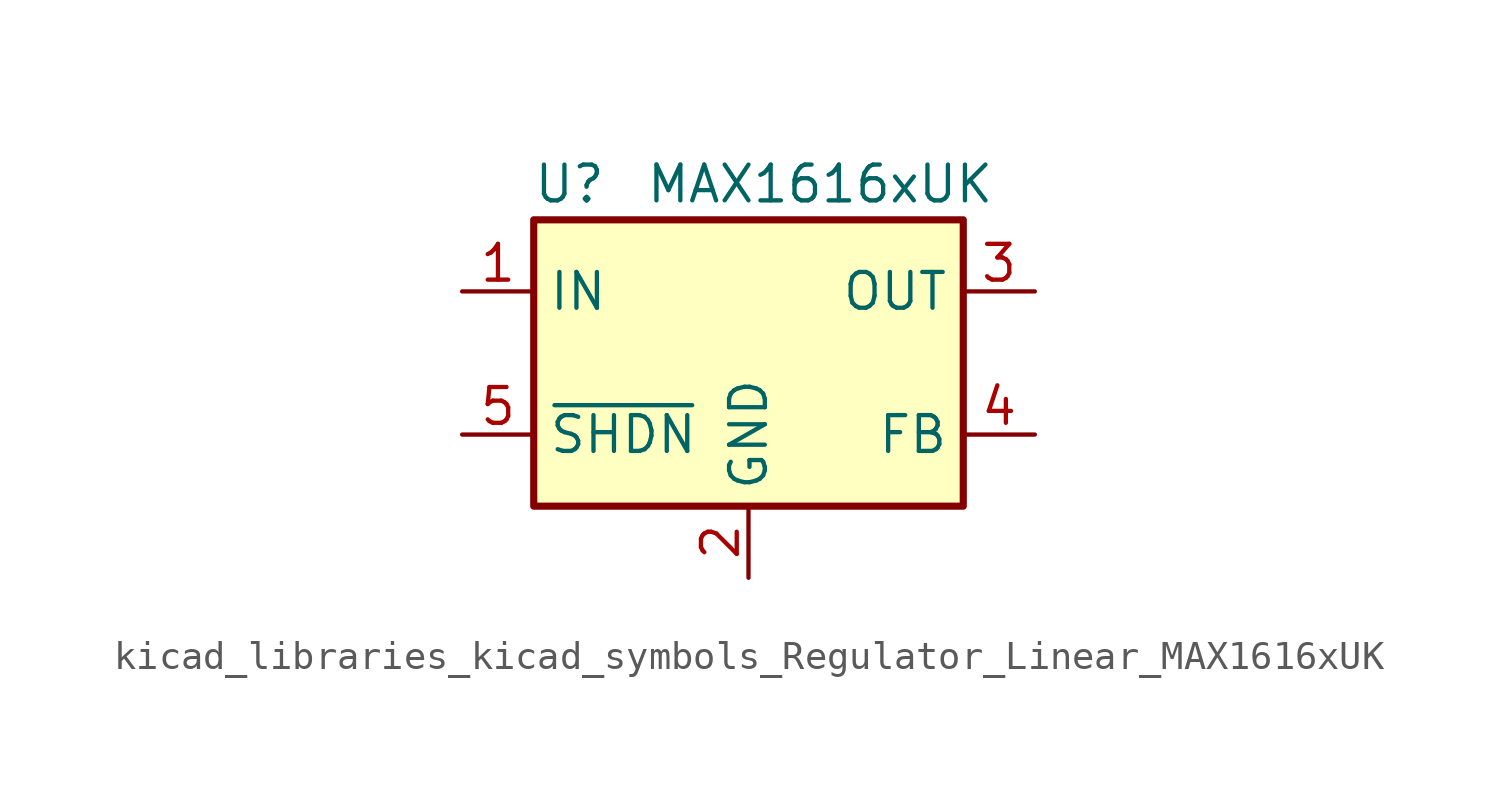
<source format=kicad_sym>
(kicad_symbol_lib
  (version 20220914)
  (generator kicad_symbol_editor)
  (symbol "kicad_libraries_kicad_symbols_Regulator_Linear_MAX1616xUK"
    (property "Reference" "U"
      (at -6.35 6.35 0)
      (effects (font (size 1.27 1.27))))
    (property "Value" "MAX1616xUK"
      (at 2.54 6.35 0)
      (effects (font (size 1.27 1.27))))
    (symbol "kicad_libraries_kicad_symbols_Regulator_Linear_MAX1616xUK_1_1"
      (rectangle (start -7.62 5.08) (end 7.62 -5.08) (stroke (width 0.254) (type default)) (fill (type background)))
      (pin power_in line (at -10.16 2.54 0) (length 2.54) (name "IN" (effects (font (size 1.27 1.27)))) (number "1" (effects (font (size 1.27 1.27)))))
      (pin power_in line (at 0 -7.62 90) (length 2.54) (name "GND" (effects (font (size 1.27 1.27)))) (number "2" (effects (font (size 1.27 1.27)))))
      (pin power_out line (at 10.16 2.54 180) (length 2.54) (name "OUT" (effects (font (size 1.27 1.27)))) (number "3" (effects (font (size 1.27 1.27)))))
      (pin input line (at 10.16 -2.54 180) (length 2.54) (name "FB" (effects (font (size 1.27 1.27)))) (number "4" (effects (font (size 1.27 1.27)))))
      (pin input line (at -10.16 -2.54 0) (length 2.54) (name "~{SHDN}" (effects (font (size 1.27 1.27)))) (number "5" (effects (font (size 1.27 1.27))))))))
</source>
